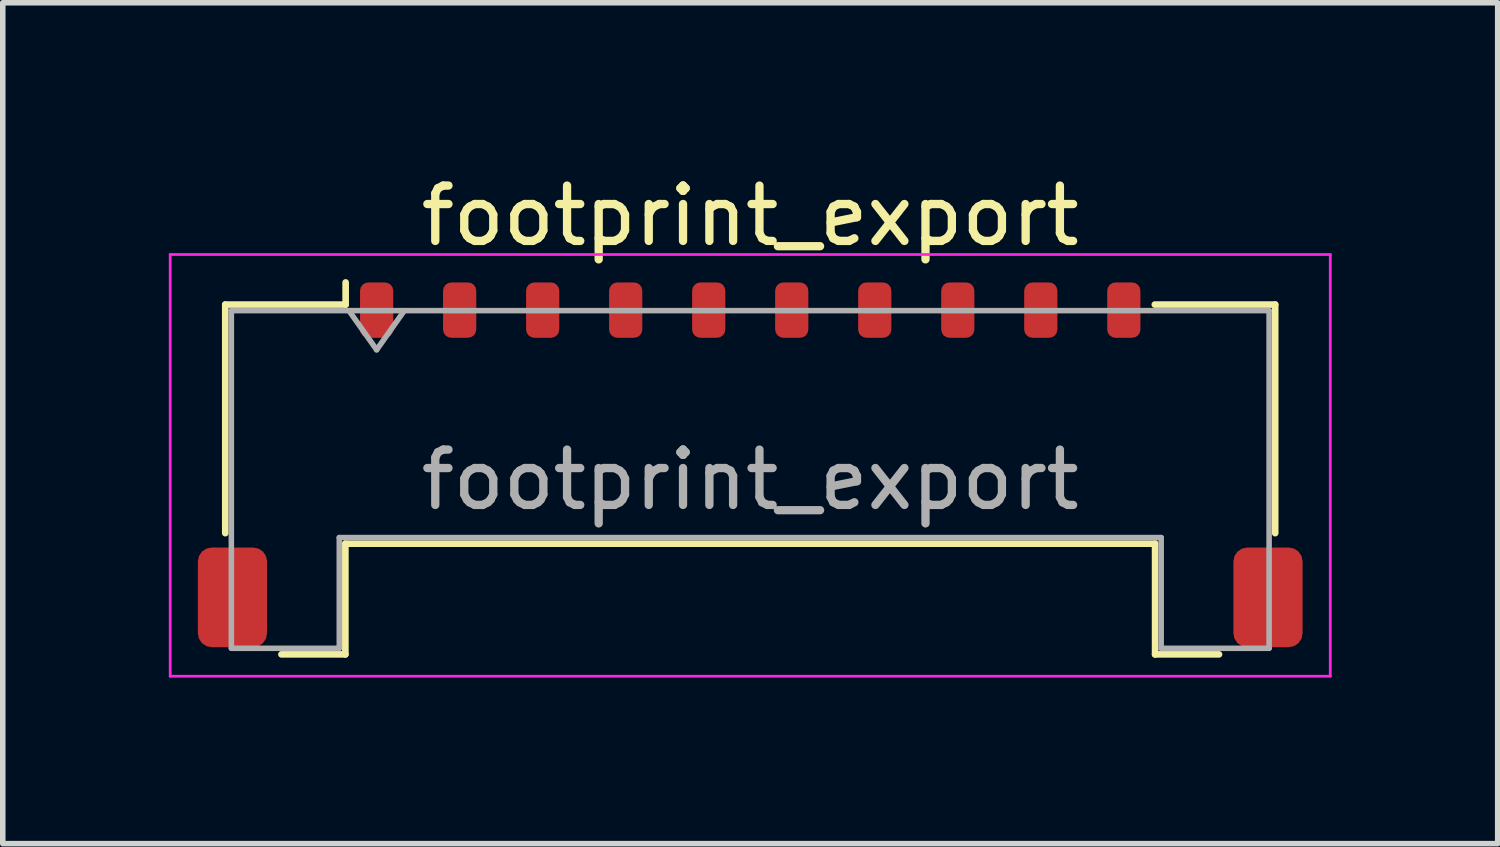
<source format=kicad_pcb>
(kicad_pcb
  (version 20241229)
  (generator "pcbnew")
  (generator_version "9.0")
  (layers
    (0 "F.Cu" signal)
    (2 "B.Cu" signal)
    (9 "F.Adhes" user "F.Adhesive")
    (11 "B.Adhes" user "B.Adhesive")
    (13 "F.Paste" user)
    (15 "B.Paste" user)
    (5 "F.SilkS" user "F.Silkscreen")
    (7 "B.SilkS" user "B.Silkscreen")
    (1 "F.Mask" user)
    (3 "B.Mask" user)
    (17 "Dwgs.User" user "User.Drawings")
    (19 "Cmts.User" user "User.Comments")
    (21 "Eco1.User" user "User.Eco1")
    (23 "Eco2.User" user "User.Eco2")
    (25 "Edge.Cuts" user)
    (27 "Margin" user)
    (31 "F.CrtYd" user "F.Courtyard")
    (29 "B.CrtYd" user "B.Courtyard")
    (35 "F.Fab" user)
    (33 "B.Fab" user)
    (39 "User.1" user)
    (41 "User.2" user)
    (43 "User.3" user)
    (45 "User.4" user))
  (footprint "footprint_export"
    (layer "F.Cu")
    (at 10.505 5.348)
    (property "Reference" "footprint_export" (at 0 -4.5 0) (layer "F.SilkS") (effects (font (size 1 1) (thickness 0.15))))
    (attr smd)
    (fp_line (start -9.485 -2.895) (end -7.31 -2.895) (stroke (width 0.12) (type solid)) (layer "F.SilkS"))
    (fp_line (start -9.485 1.235) (end -9.485 -2.895) (stroke (width 0.12) (type solid)) (layer "F.SilkS"))
    (fp_line (start -8.47 3.425) (end -7.315 3.425) (stroke (width 0.12) (type solid)) (layer "F.SilkS"))
    (fp_line (start -7.315 1.425) (end 7.315 1.425) (stroke (width 0.12) (type solid)) (layer "F.SilkS"))
    (fp_line (start -7.315 3.425) (end -7.315 1.425) (stroke (width 0.12) (type solid)) (layer "F.SilkS"))
    (fp_line (start -7.31 -2.895) (end -7.31 -3.295) (stroke (width 0.12) (type solid)) (layer "F.SilkS"))
    (fp_line (start 7.315 1.425) (end 7.315 3.425) (stroke (width 0.12) (type solid)) (layer "F.SilkS"))
    (fp_line (start 7.315 3.425) (end 8.47 3.425) (stroke (width 0.12) (type solid)) (layer "F.SilkS"))
    (fp_line (start 9.485 -2.895) (end 7.31 -2.895) (stroke (width 0.12) (type solid)) (layer "F.SilkS"))
    (fp_line (start 9.485 1.235) (end 9.485 -2.895) (stroke (width 0.12) (type solid)) (layer "F.SilkS"))
    (fp_line (start -10.48 -3.8) (end -10.48 3.82) (stroke (width 0.05) (type solid)) (layer "F.CrtYd"))
    (fp_line (start -10.48 3.82) (end 10.48 3.82) (stroke (width 0.05) (type solid)) (layer "F.CrtYd"))
    (fp_line (start 10.48 -3.8) (end -10.48 -3.8) (stroke (width 0.05) (type solid)) (layer "F.CrtYd"))
    (fp_line (start 10.48 3.82) (end 10.48 -3.8) (stroke (width 0.05) (type solid)) (layer "F.CrtYd"))
    (fp_line (start -9.375 -2.785) (end -9.375 3.315) (stroke (width 0.1) (type solid)) (layer "F.Fab"))
    (fp_line (start -9.375 -2.785) (end 9.375 -2.785) (stroke (width 0.1) (type solid)) (layer "F.Fab"))
    (fp_line (start -9.375 3.315) (end -7.425 3.315) (stroke (width 0.1) (type solid)) (layer "F.Fab"))
    (fp_line (start -7.425 1.315) (end 7.425 1.315) (stroke (width 0.1) (type solid)) (layer "F.Fab"))
    (fp_line (start -7.425 3.315) (end -7.425 1.315) (stroke (width 0.1) (type solid)) (layer "F.Fab"))
    (fp_line (start -7.25 -2.785) (end -6.75 -2.078) (stroke (width 0.1) (type solid)) (layer "F.Fab"))
    (fp_line (start -6.75 -2.078) (end -6.25 -2.785) (stroke (width 0.1) (type solid)) (layer "F.Fab"))
    (fp_line (start 7.425 1.315) (end 7.425 3.315) (stroke (width 0.1) (type solid)) (layer "F.Fab"))
    (fp_line (start 7.425 3.315) (end 9.375 3.315) (stroke (width 0.1) (type solid)) (layer "F.Fab"))
    (fp_line (start 9.375 -2.785) (end 9.375 3.315) (stroke (width 0.1) (type solid)) (layer "F.Fab"))
    (fp_text user "${REFERENCE}" (at 0 0.27 0) (layer "F.Fab") (effects (font (size 1 1) (thickness 0.15))))
    (pad "1" smd roundrect (at -6.75 -2.795) (size 0.6 1) (layers "F.Cu" "F.Mask" "F.Paste") (roundrect_rratio 0.25))
    (pad "2" smd roundrect (at -5.25 -2.795) (size 0.6 1) (layers "F.Cu" "F.Mask" "F.Paste") (roundrect_rratio 0.25))
    (pad "3" smd roundrect (at -3.75 -2.795) (size 0.6 1) (layers "F.Cu" "F.Mask" "F.Paste") (roundrect_rratio 0.25))
    (pad "4" smd roundrect (at -2.25 -2.795) (size 0.6 1) (layers "F.Cu" "F.Mask" "F.Paste") (roundrect_rratio 0.25))
    (pad "5" smd roundrect (at -0.75 -2.795) (size 0.6 1) (layers "F.Cu" "F.Mask" "F.Paste") (roundrect_rratio 0.25))
    (pad "6" smd roundrect (at 0.75 -2.795) (size 0.6 1) (layers "F.Cu" "F.Mask" "F.Paste") (roundrect_rratio 0.25))
    (pad "7" smd roundrect (at 2.25 -2.795) (size 0.6 1) (layers "F.Cu" "F.Mask" "F.Paste") (roundrect_rratio 0.25))
    (pad "8" smd roundrect (at 3.75 -2.795) (size 0.6 1) (layers "F.Cu" "F.Mask" "F.Paste") (roundrect_rratio 0.25))
    (pad "9" smd roundrect (at 5.25 -2.795) (size 0.6 1) (layers "F.Cu" "F.Mask" "F.Paste") (roundrect_rratio 0.25))
    (pad "10" smd roundrect (at 6.75 -2.795) (size 0.6 1) (layers "F.Cu" "F.Mask" "F.Paste") (roundrect_rratio 0.25))
    (pad "MP" smd roundrect (at -9.355 2.395) (size 1.25 1.8) (layers "F.Cu" "F.Mask" "F.Paste") (roundrect_rratio 0.2))
    (pad "MP" smd roundrect (at 9.355 2.395) (size 1.25 1.8) (layers "F.Cu" "F.Mask" "F.Paste") (roundrect_rratio 0.2)))
  (gr_rect
    (start -3 -3)
    (end 24.01 12.193)
    (stroke (width 0.1) (type default))
    (fill no)
    (layer "Edge.Cuts")))
</source>
